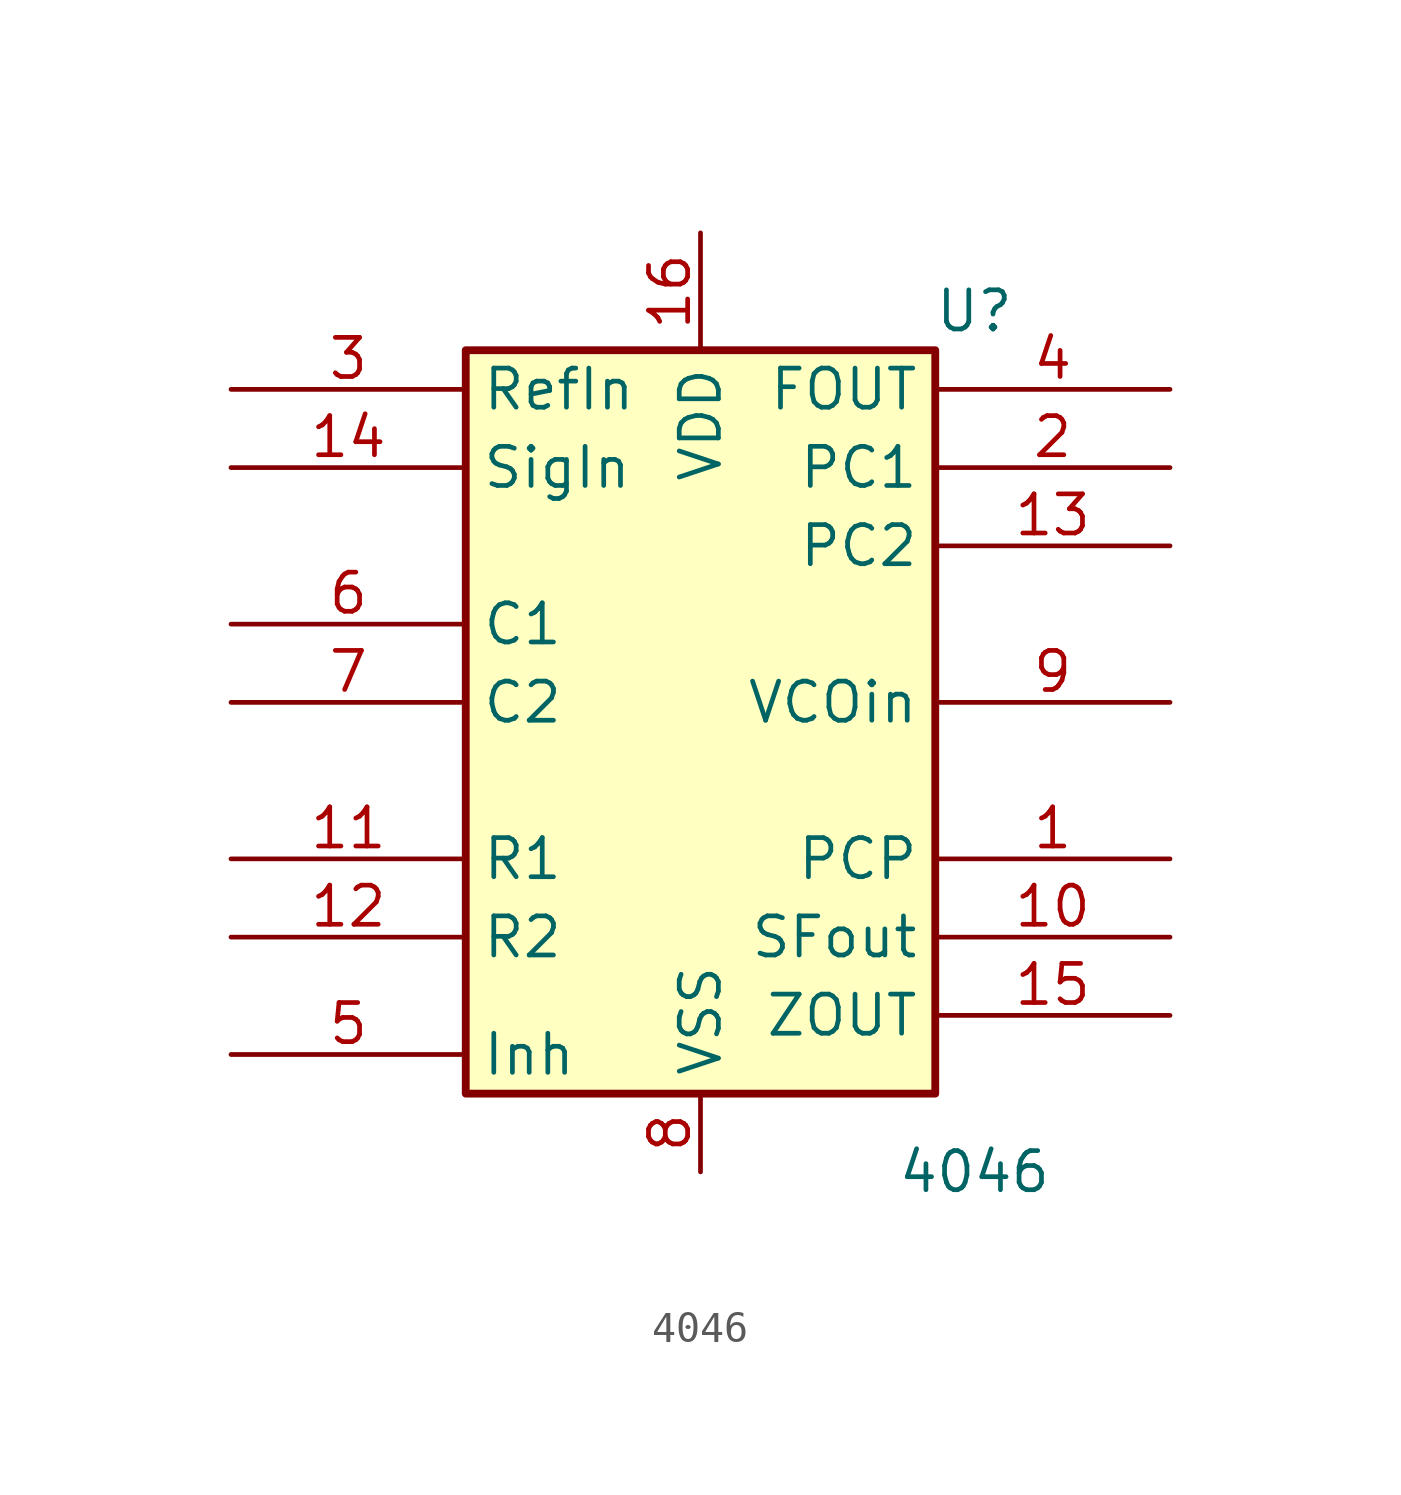
<source format=kicad_sym>
(kicad_symbol_lib
  (version 20220914)
  (generator kicad_symbol_editor)
  (symbol "4046"
    (property "Reference" "U"
      (at 8.89 12.7 0)
      (effects (font (size 1.27 1.27))))
    (property "Value" "4046"
      (at 8.89 -15.24 0)
      (effects (font (size 1.27 1.27))))
    (symbol "4046_0_1"
      (rectangle (start -7.62 11.43) (end 7.62 -12.7) (stroke (width 0.254) (type default)) (fill (type background)))
      (pin power_in line (at 0 15.24 270) (length 3.81) (name "VDD" (effects (font (size 1.27 1.27)))) (number "16" (effects (font (size 1.27 1.27)))))
      (pin power_in line (at 0 -15.24 90) (length 2.54) (name "VSS" (effects (font (size 1.27 1.27)))) (number "8" (effects (font (size 1.27 1.27))))))
    (symbol "4046_1_1"
      (pin output line (at 15.24 -5.08 180) (length 7.62) (name "PCP" (effects (font (size 1.27 1.27)))) (number "1" (effects (font (size 1.27 1.27)))))
      (pin output line (at 15.24 -7.62 180) (length 7.62) (name "SFout" (effects (font (size 1.27 1.27)))) (number "10" (effects (font (size 1.27 1.27)))))
      (pin input line (at -15.24 -5.08 0) (length 7.62) (name "R1" (effects (font (size 1.27 1.27)))) (number "11" (effects (font (size 1.27 1.27)))))
      (pin input line (at -15.24 -7.62 0) (length 7.62) (name "R2" (effects (font (size 1.27 1.27)))) (number "12" (effects (font (size 1.27 1.27)))))
      (pin tri_state line (at 15.24 5.08 180) (length 7.62) (name "PC2" (effects (font (size 1.27 1.27)))) (number "13" (effects (font (size 1.27 1.27)))))
      (pin input line (at -15.24 7.62 0) (length 7.62) (name "SigIn" (effects (font (size 1.27 1.27)))) (number "14" (effects (font (size 1.27 1.27)))))
      (pin output line (at 15.24 -10.16 180) (length 7.62) (name "ZOUT" (effects (font (size 1.27 1.27)))) (number "15" (effects (font (size 1.27 1.27)))))
      (pin output line (at 15.24 7.62 180) (length 7.62) (name "PC1" (effects (font (size 1.27 1.27)))) (number "2" (effects (font (size 1.27 1.27)))))
      (pin input line (at -15.24 10.16 0) (length 7.62) (name "RefIn" (effects (font (size 1.27 1.27)))) (number "3" (effects (font (size 1.27 1.27)))))
      (pin input line (at 15.24 10.16 180) (length 7.62) (name "FOUT" (effects (font (size 1.27 1.27)))) (number "4" (effects (font (size 1.27 1.27)))))
      (pin input line (at -15.24 -11.43 0) (length 7.62) (name "Inh" (effects (font (size 1.27 1.27)))) (number "5" (effects (font (size 1.27 1.27)))))
      (pin input line (at -15.24 2.54 0) (length 7.62) (name "C1" (effects (font (size 1.27 1.27)))) (number "6" (effects (font (size 1.27 1.27)))))
      (pin input line (at -15.24 0 0) (length 7.62) (name "C2" (effects (font (size 1.27 1.27)))) (number "7" (effects (font (size 1.27 1.27)))))
      (pin input line (at 15.24 0 180) (length 7.62) (name "VCOin" (effects (font (size 1.27 1.27)))) (number "9" (effects (font (size 1.27 1.27))))))))
</source>
